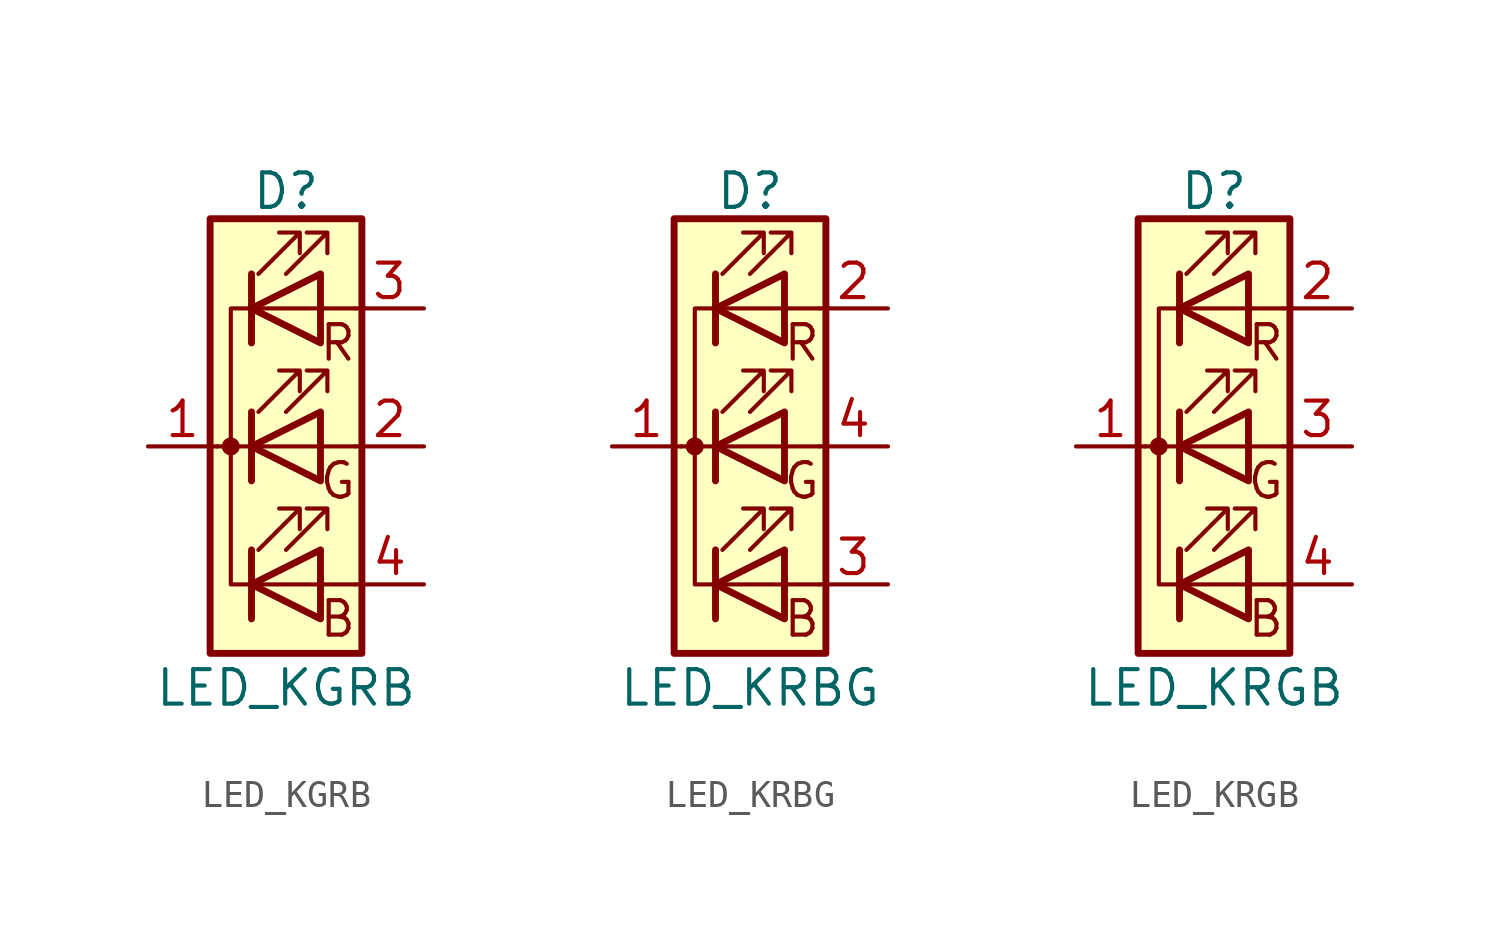
<source format=kicad_sym>
(kicad_symbol_lib
  (version 20201005)
  (generator kicad_symbol_editor)
  (symbol "LED_KGRB"
    (pin_names
      (offset 0) hide)
    (property "Reference" "D"
      (at 0 9.398 0)
      (effects (font (size 1.27 1.27))))
    (property "Value" "LED_KGRB"
      (at 0 -8.89 0)
      (effects (font (size 1.27 1.27))))
    (symbol "LED_KGRB_0_0"
      (text "B" (at 1.905 -6.35 0) (effects (font (size 1.27 1.27))))
      (text "G" (at 1.905 -1.27 0) (effects (font (size 1.27 1.27))))
      (text "R" (at 1.905 3.81 0) (effects (font (size 1.27 1.27)))))
    (symbol "LED_KGRB_0_1"
      (circle (center -2.032 0) (radius 0.254) (stroke (width 0)) (fill (type outline)))
      (rectangle (start 1.27 -1.27) (end 1.27 1.27) (stroke (width 0)) (fill (type none)))
      (rectangle (start 1.27 1.27) (end 1.27 1.27) (stroke (width 0)) (fill (type none)))
      (rectangle (start 1.27 3.81) (end 1.27 6.35) (stroke (width 0)) (fill (type none)))
      (rectangle (start 1.27 6.35) (end 1.27 6.35) (stroke (width 0)) (fill (type none)))
      (rectangle (start 2.794 8.382) (end -2.794 -7.62) (stroke (width 0.254)) (fill (type background)))
      (polyline (pts (xy -1.27 -5.08) (xy 1.27 -5.08)) (stroke (width 0)) (fill (type none)))
      (polyline (pts (xy -1.27 -3.81) (xy -1.27 -6.35)) (stroke (width 0.254)) (fill (type none)))
      (polyline (pts (xy -1.27 0) (xy -2.54 0)) (stroke (width 0)) (fill (type none)))
      (polyline (pts (xy -1.27 1.27) (xy -1.27 -1.27)) (stroke (width 0.254)) (fill (type none)))
      (polyline (pts (xy -1.27 5.08) (xy 1.27 5.08)) (stroke (width 0)) (fill (type none)))
      (polyline (pts (xy -1.27 6.35) (xy -1.27 3.81)) (stroke (width 0.254)) (fill (type none)))
      (polyline (pts (xy 1.27 -5.08) (xy 2.54 -5.08)) (stroke (width 0)) (fill (type none)))
      (polyline (pts (xy 1.27 0) (xy -1.27 0)) (stroke (width 0)) (fill (type none)))
      (polyline (pts (xy 1.27 0) (xy 2.54 0)) (stroke (width 0)) (fill (type none)))
      (polyline (pts (xy 1.27 5.08) (xy 2.54 5.08)) (stroke (width 0)) (fill (type none)))
      (polyline (pts (xy -1.27 1.27) (xy -1.27 -1.27) (xy -1.27 -1.27)) (stroke (width 0)) (fill (type none)))
      (polyline (pts (xy -1.27 6.35) (xy -1.27 3.81) (xy -1.27 3.81)) (stroke (width 0)) (fill (type none)))
      (polyline (pts (xy -1.27 5.08) (xy -2.032 5.08) (xy -2.032 -5.08) (xy -1.016 -5.08)) (stroke (width 0)) (fill (type none)))
      (polyline (pts (xy 1.27 -3.81) (xy 1.27 -6.35) (xy -1.27 -5.08) (xy 1.27 -3.81)) (stroke (width 0.254)) (fill (type none)))
      (polyline (pts (xy 1.27 1.27) (xy 1.27 -1.27) (xy -1.27 0) (xy 1.27 1.27)) (stroke (width 0.254)) (fill (type none)))
      (polyline (pts (xy 1.27 6.35) (xy 1.27 3.81) (xy -1.27 5.08) (xy 1.27 6.35)) (stroke (width 0.254)) (fill (type none)))
      (polyline (pts (xy -1.016 -3.81) (xy 0.508 -2.286) (xy -0.254 -2.286) (xy 0.508 -2.286) (xy 0.508 -3.048)) (stroke (width 0)) (fill (type none)))
      (polyline (pts (xy -1.016 1.27) (xy 0.508 2.794) (xy -0.254 2.794) (xy 0.508 2.794) (xy 0.508 2.032)) (stroke (width 0)) (fill (type none)))
      (polyline (pts (xy -1.016 6.35) (xy 0.508 7.874) (xy -0.254 7.874) (xy 0.508 7.874) (xy 0.508 7.112)) (stroke (width 0)) (fill (type none)))
      (polyline (pts (xy 0 -3.81) (xy 1.524 -2.286) (xy 0.762 -2.286) (xy 1.524 -2.286) (xy 1.524 -3.048)) (stroke (width 0)) (fill (type none)))
      (polyline (pts (xy 0 1.27) (xy 1.524 2.794) (xy 0.762 2.794) (xy 1.524 2.794) (xy 1.524 2.032)) (stroke (width 0)) (fill (type none)))
      (polyline (pts (xy 0 6.35) (xy 1.524 7.874) (xy 0.762 7.874) (xy 1.524 7.874) (xy 1.524 7.112)) (stroke (width 0)) (fill (type none))))
    (symbol "LED_KGRB_1_1"
      (pin passive line (at -5.08 0 0) (length 2.54) (name "K" (effects (font (size 1.27 1.27)))) (number "1" (effects (font (size 1.27 1.27)))))
      (pin passive line (at 5.08 0 180) (length 2.54) (name "GA" (effects (font (size 1.27 1.27)))) (number "2" (effects (font (size 1.27 1.27)))))
      (pin passive line (at 5.08 5.08 180) (length 2.54) (name "RA" (effects (font (size 1.27 1.27)))) (number "3" (effects (font (size 1.27 1.27)))))
      (pin passive line (at 5.08 -5.08 180) (length 2.54) (name "BA" (effects (font (size 1.27 1.27)))) (number "4" (effects (font (size 1.27 1.27)))))))
  (symbol "LED_KRBG"
    (pin_names
      (offset 0) hide)
    (property "Reference" "D"
      (at 0 9.398 0)
      (effects (font (size 1.27 1.27))))
    (property "Value" "LED_KRBG"
      (at 0 -8.89 0)
      (effects (font (size 1.27 1.27))))
    (symbol "LED_KRBG_0_0"
      (text "B" (at 1.905 -6.35 0) (effects (font (size 1.27 1.27))))
      (text "G" (at 1.905 -1.27 0) (effects (font (size 1.27 1.27))))
      (text "R" (at 1.905 3.81 0) (effects (font (size 1.27 1.27)))))
    (symbol "LED_KRBG_0_1"
      (circle (center -2.032 0) (radius 0.254) (stroke (width 0)) (fill (type outline)))
      (rectangle (start 1.27 -1.27) (end 1.27 1.27) (stroke (width 0)) (fill (type none)))
      (rectangle (start 1.27 1.27) (end 1.27 1.27) (stroke (width 0)) (fill (type none)))
      (rectangle (start 1.27 3.81) (end 1.27 6.35) (stroke (width 0)) (fill (type none)))
      (rectangle (start 1.27 6.35) (end 1.27 6.35) (stroke (width 0)) (fill (type none)))
      (rectangle (start 2.794 8.382) (end -2.794 -7.62) (stroke (width 0.254)) (fill (type background)))
      (polyline (pts (xy -1.27 -5.08) (xy 1.27 -5.08)) (stroke (width 0)) (fill (type none)))
      (polyline (pts (xy -1.27 -3.81) (xy -1.27 -6.35)) (stroke (width 0.254)) (fill (type none)))
      (polyline (pts (xy -1.27 0) (xy -2.54 0)) (stroke (width 0)) (fill (type none)))
      (polyline (pts (xy -1.27 1.27) (xy -1.27 -1.27)) (stroke (width 0.254)) (fill (type none)))
      (polyline (pts (xy -1.27 5.08) (xy 1.27 5.08)) (stroke (width 0)) (fill (type none)))
      (polyline (pts (xy -1.27 6.35) (xy -1.27 3.81)) (stroke (width 0.254)) (fill (type none)))
      (polyline (pts (xy 1.27 -5.08) (xy 2.54 -5.08)) (stroke (width 0)) (fill (type none)))
      (polyline (pts (xy 1.27 0) (xy -1.27 0)) (stroke (width 0)) (fill (type none)))
      (polyline (pts (xy 1.27 0) (xy 2.54 0)) (stroke (width 0)) (fill (type none)))
      (polyline (pts (xy 1.27 5.08) (xy 2.54 5.08)) (stroke (width 0)) (fill (type none)))
      (polyline (pts (xy -1.27 1.27) (xy -1.27 -1.27) (xy -1.27 -1.27)) (stroke (width 0)) (fill (type none)))
      (polyline (pts (xy -1.27 6.35) (xy -1.27 3.81) (xy -1.27 3.81)) (stroke (width 0)) (fill (type none)))
      (polyline (pts (xy -1.27 5.08) (xy -2.032 5.08) (xy -2.032 -5.08) (xy -1.016 -5.08)) (stroke (width 0)) (fill (type none)))
      (polyline (pts (xy 1.27 -3.81) (xy 1.27 -6.35) (xy -1.27 -5.08) (xy 1.27 -3.81)) (stroke (width 0.254)) (fill (type none)))
      (polyline (pts (xy 1.27 1.27) (xy 1.27 -1.27) (xy -1.27 0) (xy 1.27 1.27)) (stroke (width 0.254)) (fill (type none)))
      (polyline (pts (xy 1.27 6.35) (xy 1.27 3.81) (xy -1.27 5.08) (xy 1.27 6.35)) (stroke (width 0.254)) (fill (type none)))
      (polyline (pts (xy -1.016 -3.81) (xy 0.508 -2.286) (xy -0.254 -2.286) (xy 0.508 -2.286) (xy 0.508 -3.048)) (stroke (width 0)) (fill (type none)))
      (polyline (pts (xy -1.016 1.27) (xy 0.508 2.794) (xy -0.254 2.794) (xy 0.508 2.794) (xy 0.508 2.032)) (stroke (width 0)) (fill (type none)))
      (polyline (pts (xy -1.016 6.35) (xy 0.508 7.874) (xy -0.254 7.874) (xy 0.508 7.874) (xy 0.508 7.112)) (stroke (width 0)) (fill (type none)))
      (polyline (pts (xy 0 -3.81) (xy 1.524 -2.286) (xy 0.762 -2.286) (xy 1.524 -2.286) (xy 1.524 -3.048)) (stroke (width 0)) (fill (type none)))
      (polyline (pts (xy 0 1.27) (xy 1.524 2.794) (xy 0.762 2.794) (xy 1.524 2.794) (xy 1.524 2.032)) (stroke (width 0)) (fill (type none)))
      (polyline (pts (xy 0 6.35) (xy 1.524 7.874) (xy 0.762 7.874) (xy 1.524 7.874) (xy 1.524 7.112)) (stroke (width 0)) (fill (type none))))
    (symbol "LED_KRBG_1_1"
      (pin passive line (at -5.08 0 0) (length 2.54) (name "K" (effects (font (size 1.27 1.27)))) (number "1" (effects (font (size 1.27 1.27)))))
      (pin passive line (at 5.08 5.08 180) (length 2.54) (name "RA" (effects (font (size 1.27 1.27)))) (number "2" (effects (font (size 1.27 1.27)))))
      (pin passive line (at 5.08 -5.08 180) (length 2.54) (name "BA" (effects (font (size 1.27 1.27)))) (number "3" (effects (font (size 1.27 1.27)))))
      (pin passive line (at 5.08 0 180) (length 2.54) (name "GA" (effects (font (size 1.27 1.27)))) (number "4" (effects (font (size 1.27 1.27)))))))
  (symbol "LED_KRGB"
    (pin_names
      (offset 0) hide)
    (property "Reference" "D"
      (at 0 9.398 0)
      (effects (font (size 1.27 1.27))))
    (property "Value" "LED_KRGB"
      (at 0 -8.89 0)
      (effects (font (size 1.27 1.27))))
    (symbol "LED_KRGB_0_0"
      (text "B" (at 1.905 -6.35 0) (effects (font (size 1.27 1.27))))
      (text "G" (at 1.905 -1.27 0) (effects (font (size 1.27 1.27))))
      (text "R" (at 1.905 3.81 0) (effects (font (size 1.27 1.27)))))
    (symbol "LED_KRGB_0_1"
      (circle (center -2.032 0) (radius 0.254) (stroke (width 0)) (fill (type outline)))
      (rectangle (start 1.27 -1.27) (end 1.27 1.27) (stroke (width 0)) (fill (type none)))
      (rectangle (start 1.27 1.27) (end 1.27 1.27) (stroke (width 0)) (fill (type none)))
      (rectangle (start 1.27 3.81) (end 1.27 6.35) (stroke (width 0)) (fill (type none)))
      (rectangle (start 1.27 6.35) (end 1.27 6.35) (stroke (width 0)) (fill (type none)))
      (rectangle (start 2.794 8.382) (end -2.794 -7.62) (stroke (width 0.254)) (fill (type background)))
      (polyline (pts (xy -1.27 -5.08) (xy 1.27 -5.08)) (stroke (width 0)) (fill (type none)))
      (polyline (pts (xy -1.27 -3.81) (xy -1.27 -6.35)) (stroke (width 0.254)) (fill (type none)))
      (polyline (pts (xy -1.27 0) (xy -2.54 0)) (stroke (width 0)) (fill (type none)))
      (polyline (pts (xy -1.27 1.27) (xy -1.27 -1.27)) (stroke (width 0.254)) (fill (type none)))
      (polyline (pts (xy -1.27 5.08) (xy 1.27 5.08)) (stroke (width 0)) (fill (type none)))
      (polyline (pts (xy -1.27 6.35) (xy -1.27 3.81)) (stroke (width 0.254)) (fill (type none)))
      (polyline (pts (xy 1.27 -5.08) (xy 2.54 -5.08)) (stroke (width 0)) (fill (type none)))
      (polyline (pts (xy 1.27 0) (xy -1.27 0)) (stroke (width 0)) (fill (type none)))
      (polyline (pts (xy 1.27 0) (xy 2.54 0)) (stroke (width 0)) (fill (type none)))
      (polyline (pts (xy 1.27 5.08) (xy 2.54 5.08)) (stroke (width 0)) (fill (type none)))
      (polyline (pts (xy -1.27 1.27) (xy -1.27 -1.27) (xy -1.27 -1.27)) (stroke (width 0)) (fill (type none)))
      (polyline (pts (xy -1.27 6.35) (xy -1.27 3.81) (xy -1.27 3.81)) (stroke (width 0)) (fill (type none)))
      (polyline (pts (xy -1.27 5.08) (xy -2.032 5.08) (xy -2.032 -5.08) (xy -1.016 -5.08)) (stroke (width 0)) (fill (type none)))
      (polyline (pts (xy 1.27 -3.81) (xy 1.27 -6.35) (xy -1.27 -5.08) (xy 1.27 -3.81)) (stroke (width 0.254)) (fill (type none)))
      (polyline (pts (xy 1.27 1.27) (xy 1.27 -1.27) (xy -1.27 0) (xy 1.27 1.27)) (stroke (width 0.254)) (fill (type none)))
      (polyline (pts (xy 1.27 6.35) (xy 1.27 3.81) (xy -1.27 5.08) (xy 1.27 6.35)) (stroke (width 0.254)) (fill (type none)))
      (polyline (pts (xy -1.016 -3.81) (xy 0.508 -2.286) (xy -0.254 -2.286) (xy 0.508 -2.286) (xy 0.508 -3.048)) (stroke (width 0)) (fill (type none)))
      (polyline (pts (xy -1.016 1.27) (xy 0.508 2.794) (xy -0.254 2.794) (xy 0.508 2.794) (xy 0.508 2.032)) (stroke (width 0)) (fill (type none)))
      (polyline (pts (xy -1.016 6.35) (xy 0.508 7.874) (xy -0.254 7.874) (xy 0.508 7.874) (xy 0.508 7.112)) (stroke (width 0)) (fill (type none)))
      (polyline (pts (xy 0 -3.81) (xy 1.524 -2.286) (xy 0.762 -2.286) (xy 1.524 -2.286) (xy 1.524 -3.048)) (stroke (width 0)) (fill (type none)))
      (polyline (pts (xy 0 1.27) (xy 1.524 2.794) (xy 0.762 2.794) (xy 1.524 2.794) (xy 1.524 2.032)) (stroke (width 0)) (fill (type none)))
      (polyline (pts (xy 0 6.35) (xy 1.524 7.874) (xy 0.762 7.874) (xy 1.524 7.874) (xy 1.524 7.112)) (stroke (width 0)) (fill (type none))))
    (symbol "LED_KRGB_1_1"
      (pin passive line (at -5.08 0 0) (length 2.54) (name "K" (effects (font (size 1.27 1.27)))) (number "1" (effects (font (size 1.27 1.27)))))
      (pin passive line (at 5.08 5.08 180) (length 2.54) (name "RA" (effects (font (size 1.27 1.27)))) (number "2" (effects (font (size 1.27 1.27)))))
      (pin passive line (at 5.08 0 180) (length 2.54) (name "GA" (effects (font (size 1.27 1.27)))) (number "3" (effects (font (size 1.27 1.27)))))
      (pin passive line (at 5.08 -5.08 180) (length 2.54) (name "BA" (effects (font (size 1.27 1.27)))) (number "4" (effects (font (size 1.27 1.27))))))))
</source>
